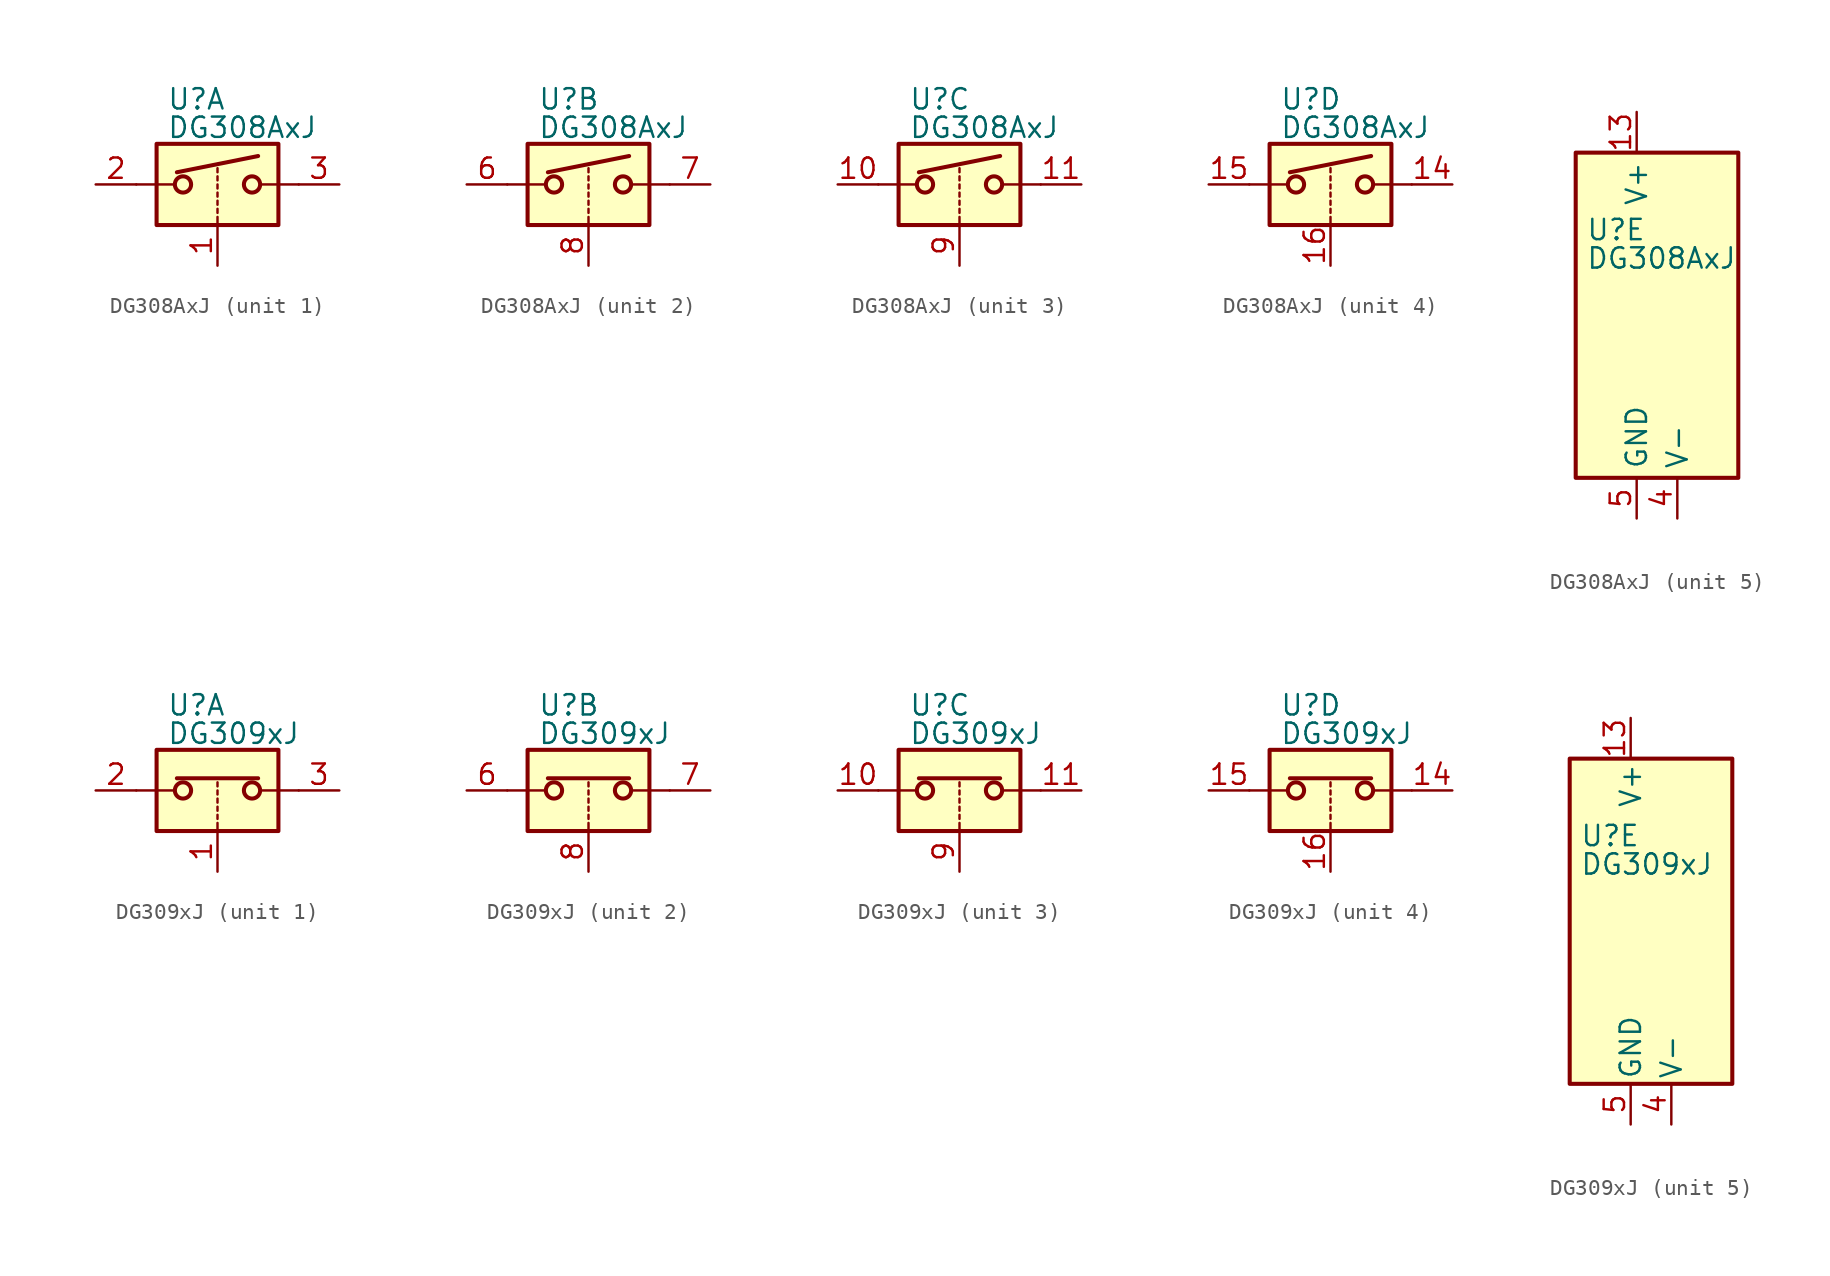
<source format=kicad_sym>
(kicad_symbol_lib
  (version 20241209)
  (generator "kicad_symbol_editor")
  (generator_version "9.0")
  (symbol "DG308AxJ"
    (property "Reference" "U"
      (at -3.175 5.334 0)
      (effects (font (size 1.27 1.27)) (justify left)))
    (property "Value" "DG308AxJ"
      (at -3.175 3.556 0)
      (effects (font (size 1.27 1.27)) (justify left)))
    (symbol "DG308AxJ_1_1"
      (polyline (pts (xy -5.08 0) (xy -2.794 0)) (stroke (width 0) (type default)) (fill (type none)))
      (rectangle (start -3.81 2.54) (end 3.81 -2.54) (stroke (width 0.254) (type default)) (fill (type background)))
      (polyline (pts (xy -2.54 0.762) (xy 2.54 1.778)) (stroke (width 0.254) (type default)) (fill (type none)))
      (circle (center -2.159 0) (radius 0.508) (stroke (width 0.254) (type default)) (fill (type none)))
      (polyline (pts (xy 0 0.762) (xy 0 1.016)) (stroke (width 0) (type default)) (fill (type none)))
      (polyline (pts (xy 0 0.254) (xy 0 0.508)) (stroke (width 0) (type default)) (fill (type none)))
      (polyline (pts (xy 0 -0.254) (xy 0 0)) (stroke (width 0) (type default)) (fill (type none)))
      (polyline (pts (xy 0 -0.762) (xy 0 -0.508)) (stroke (width 0) (type default)) (fill (type none)))
      (polyline (pts (xy 0 -1.27) (xy 0 -1.016)) (stroke (width 0) (type default)) (fill (type none)))
      (polyline (pts (xy 0 -1.778) (xy 0 -1.524)) (stroke (width 0) (type default)) (fill (type none)))
      (polyline (pts (xy 0 -2.54) (xy 0 -2.032)) (stroke (width 0) (type default)) (fill (type none)))
      (circle (center 2.159 0) (radius 0.508) (stroke (width 0.254) (type default)) (fill (type none)))
      (polyline (pts (xy 5.08 0) (xy 2.794 0)) (stroke (width 0) (type default)) (fill (type none)))
      (pin passive line (at -7.62 0 0) (length 2.54) (name "~" (effects (font (size 1.27 1.27)))) (number "2" (effects (font (size 1.27 1.27)))))
      (pin input line (at 0 -5.08 90) (length 2.54) (name "~" (effects (font (size 1.27 1.27)))) (number "1" (effects (font (size 1.27 1.27)))))
      (pin passive line (at 7.62 0 180) (length 2.54) (name "~" (effects (font (size 1.27 1.27)))) (number "3" (effects (font (size 1.27 1.27))))))
    (symbol "DG308AxJ_2_1"
      (polyline (pts (xy -5.08 0) (xy -2.794 0)) (stroke (width 0) (type default)) (fill (type none)))
      (rectangle (start -3.81 2.54) (end 3.81 -2.54) (stroke (width 0.254) (type default)) (fill (type background)))
      (polyline (pts (xy -2.54 0.762) (xy 2.54 1.778)) (stroke (width 0.254) (type default)) (fill (type none)))
      (circle (center -2.159 0) (radius 0.508) (stroke (width 0.254) (type default)) (fill (type none)))
      (polyline (pts (xy 0 0.762) (xy 0 1.016)) (stroke (width 0) (type default)) (fill (type none)))
      (polyline (pts (xy 0 0.254) (xy 0 0.508)) (stroke (width 0) (type default)) (fill (type none)))
      (polyline (pts (xy 0 -0.254) (xy 0 0)) (stroke (width 0) (type default)) (fill (type none)))
      (polyline (pts (xy 0 -0.762) (xy 0 -0.508)) (stroke (width 0) (type default)) (fill (type none)))
      (polyline (pts (xy 0 -1.27) (xy 0 -1.016)) (stroke (width 0) (type default)) (fill (type none)))
      (polyline (pts (xy 0 -1.778) (xy 0 -1.524)) (stroke (width 0) (type default)) (fill (type none)))
      (polyline (pts (xy 0 -2.54) (xy 0 -2.032)) (stroke (width 0) (type default)) (fill (type none)))
      (circle (center 2.159 0) (radius 0.508) (stroke (width 0.254) (type default)) (fill (type none)))
      (polyline (pts (xy 5.08 0) (xy 2.794 0)) (stroke (width 0) (type default)) (fill (type none)))
      (pin passive line (at -7.62 0 0) (length 2.54) (name "~" (effects (font (size 1.27 1.27)))) (number "6" (effects (font (size 1.27 1.27)))))
      (pin input line (at 0 -5.08 90) (length 2.54) (name "~" (effects (font (size 1.27 1.27)))) (number "8" (effects (font (size 1.27 1.27)))))
      (pin passive line (at 7.62 0 180) (length 2.54) (name "~" (effects (font (size 1.27 1.27)))) (number "7" (effects (font (size 1.27 1.27))))))
    (symbol "DG308AxJ_3_1"
      (polyline (pts (xy -5.08 0) (xy -2.794 0)) (stroke (width 0) (type default)) (fill (type none)))
      (rectangle (start -3.81 2.54) (end 3.81 -2.54) (stroke (width 0.254) (type default)) (fill (type background)))
      (polyline (pts (xy -2.54 0.762) (xy 2.54 1.778)) (stroke (width 0.254) (type default)) (fill (type none)))
      (circle (center -2.159 0) (radius 0.508) (stroke (width 0.254) (type default)) (fill (type none)))
      (polyline (pts (xy 0 0.762) (xy 0 1.016)) (stroke (width 0) (type default)) (fill (type none)))
      (polyline (pts (xy 0 0.254) (xy 0 0.508)) (stroke (width 0) (type default)) (fill (type none)))
      (polyline (pts (xy 0 -0.254) (xy 0 0)) (stroke (width 0) (type default)) (fill (type none)))
      (polyline (pts (xy 0 -0.762) (xy 0 -0.508)) (stroke (width 0) (type default)) (fill (type none)))
      (polyline (pts (xy 0 -1.27) (xy 0 -1.016)) (stroke (width 0) (type default)) (fill (type none)))
      (polyline (pts (xy 0 -1.778) (xy 0 -1.524)) (stroke (width 0) (type default)) (fill (type none)))
      (polyline (pts (xy 0 -2.54) (xy 0 -2.032)) (stroke (width 0) (type default)) (fill (type none)))
      (circle (center 2.159 0) (radius 0.508) (stroke (width 0.254) (type default)) (fill (type none)))
      (polyline (pts (xy 5.08 0) (xy 2.794 0)) (stroke (width 0) (type default)) (fill (type none)))
      (pin passive line (at -7.62 0 0) (length 2.54) (name "~" (effects (font (size 1.27 1.27)))) (number "10" (effects (font (size 1.27 1.27)))))
      (pin input line (at 0 -5.08 90) (length 2.54) (name "~" (effects (font (size 1.27 1.27)))) (number "9" (effects (font (size 1.27 1.27)))))
      (pin passive line (at 7.62 0 180) (length 2.54) (name "~" (effects (font (size 1.27 1.27)))) (number "11" (effects (font (size 1.27 1.27))))))
    (symbol "DG308AxJ_4_1"
      (polyline (pts (xy -5.08 0) (xy -2.794 0)) (stroke (width 0) (type default)) (fill (type none)))
      (rectangle (start -3.81 2.54) (end 3.81 -2.54) (stroke (width 0.254) (type default)) (fill (type background)))
      (polyline (pts (xy -2.54 0.762) (xy 2.54 1.778)) (stroke (width 0.254) (type default)) (fill (type none)))
      (circle (center -2.159 0) (radius 0.508) (stroke (width 0.254) (type default)) (fill (type none)))
      (polyline (pts (xy 0 0.762) (xy 0 1.016)) (stroke (width 0) (type default)) (fill (type none)))
      (polyline (pts (xy 0 0.254) (xy 0 0.508)) (stroke (width 0) (type default)) (fill (type none)))
      (polyline (pts (xy 0 -0.254) (xy 0 0)) (stroke (width 0) (type default)) (fill (type none)))
      (polyline (pts (xy 0 -0.762) (xy 0 -0.508)) (stroke (width 0) (type default)) (fill (type none)))
      (polyline (pts (xy 0 -1.27) (xy 0 -1.016)) (stroke (width 0) (type default)) (fill (type none)))
      (polyline (pts (xy 0 -1.778) (xy 0 -1.524)) (stroke (width 0) (type default)) (fill (type none)))
      (polyline (pts (xy 0 -2.54) (xy 0 -2.032)) (stroke (width 0) (type default)) (fill (type none)))
      (circle (center 2.159 0) (radius 0.508) (stroke (width 0.254) (type default)) (fill (type none)))
      (polyline (pts (xy 5.08 0) (xy 2.794 0)) (stroke (width 0) (type default)) (fill (type none)))
      (pin passive line (at -7.62 0 0) (length 2.54) (name "~" (effects (font (size 1.27 1.27)))) (number "15" (effects (font (size 1.27 1.27)))))
      (pin input line (at 0 -5.08 90) (length 2.54) (name "~" (effects (font (size 1.27 1.27)))) (number "16" (effects (font (size 1.27 1.27)))))
      (pin passive line (at 7.62 0 180) (length 2.54) (name "~" (effects (font (size 1.27 1.27)))) (number "14" (effects (font (size 1.27 1.27))))))
    (symbol "DG308AxJ_5_0"
      (pin power_in line (at 0 12.7 270) (length 2.54) (name "V+" (effects (font (size 1.27 1.27)))) (number "13" (effects (font (size 1.27 1.27)))))
      (pin power_in line (at 0 -12.7 90) (length 2.54) (name "GND" (effects (font (size 1.27 1.27)))) (number "5" (effects (font (size 1.27 1.27)))))
      (pin no_connect line (at 2.54 10.16 270) (length 2.54) (hide yes) (name "NC" (effects (font (size 1.27 1.27)))) (number "12" (effects (font (size 1.27 1.27)))))
      (pin power_in line (at 2.54 -12.7 90) (length 2.54) (name "V-" (effects (font (size 1.27 1.27)))) (number "4" (effects (font (size 1.27 1.27))))))
    (symbol "DG308AxJ_5_1"
      (rectangle (start -3.81 10.16) (end 6.35 -10.16) (stroke (width 0.254) (type default)) (fill (type background)))))
  (symbol "DG309xJ"
    (pin_names
      (offset 0.254))
    (property "Reference" "U"
      (at -3.175 5.334 0)
      (effects (font (size 1.27 1.27)) (justify left)))
    (property "Value" "DG309xJ"
      (at -3.175 3.556 0)
      (effects (font (size 1.27 1.27)) (justify left)))
    (symbol "DG309xJ_1_1"
      (polyline (pts (xy -5.08 0) (xy -2.794 0)) (stroke (width 0) (type default)) (fill (type none)))
      (rectangle (start -3.81 2.54) (end 3.81 -2.54) (stroke (width 0.254) (type default)) (fill (type background)))
      (polyline (pts (xy -2.54 0.762) (xy 2.54 0.762)) (stroke (width 0.254) (type default)) (fill (type none)))
      (circle (center -2.159 0) (radius 0.508) (stroke (width 0.254) (type default)) (fill (type none)))
      (polyline (pts (xy 0 0.254) (xy 0 0.508)) (stroke (width 0) (type default)) (fill (type none)))
      (polyline (pts (xy 0 -0.254) (xy 0 0)) (stroke (width 0) (type default)) (fill (type none)))
      (polyline (pts (xy 0 -0.762) (xy 0 -0.508)) (stroke (width 0) (type default)) (fill (type none)))
      (polyline (pts (xy 0 -1.27) (xy 0 -1.016)) (stroke (width 0) (type default)) (fill (type none)))
      (polyline (pts (xy 0 -1.778) (xy 0 -1.524)) (stroke (width 0) (type default)) (fill (type none)))
      (polyline (pts (xy 0 -2.54) (xy 0 -2.032)) (stroke (width 0) (type default)) (fill (type none)))
      (circle (center 2.159 0) (radius 0.508) (stroke (width 0.254) (type default)) (fill (type none)))
      (polyline (pts (xy 5.08 0) (xy 2.794 0)) (stroke (width 0) (type default)) (fill (type none)))
      (pin passive line (at -7.62 0 0) (length 2.54) (name "~" (effects (font (size 1.27 1.27)))) (number "2" (effects (font (size 1.27 1.27)))))
      (pin input line (at 0 -5.08 90) (length 2.54) (name "~" (effects (font (size 1.27 1.27)))) (number "1" (effects (font (size 1.27 1.27)))))
      (pin passive line (at 7.62 0 180) (length 2.54) (name "~" (effects (font (size 1.27 1.27)))) (number "3" (effects (font (size 1.27 1.27))))))
    (symbol "DG309xJ_2_1"
      (polyline (pts (xy -5.08 0) (xy -2.794 0)) (stroke (width 0) (type default)) (fill (type none)))
      (rectangle (start -3.81 2.54) (end 3.81 -2.54) (stroke (width 0.254) (type default)) (fill (type background)))
      (polyline (pts (xy -2.54 0.762) (xy 2.54 0.762)) (stroke (width 0.254) (type default)) (fill (type none)))
      (circle (center -2.159 0) (radius 0.508) (stroke (width 0.254) (type default)) (fill (type none)))
      (polyline (pts (xy 0 0.254) (xy 0 0.508)) (stroke (width 0) (type default)) (fill (type none)))
      (polyline (pts (xy 0 -0.254) (xy 0 0)) (stroke (width 0) (type default)) (fill (type none)))
      (polyline (pts (xy 0 -0.762) (xy 0 -0.508)) (stroke (width 0) (type default)) (fill (type none)))
      (polyline (pts (xy 0 -1.27) (xy 0 -1.016)) (stroke (width 0) (type default)) (fill (type none)))
      (polyline (pts (xy 0 -1.778) (xy 0 -1.524)) (stroke (width 0) (type default)) (fill (type none)))
      (polyline (pts (xy 0 -2.54) (xy 0 -2.032)) (stroke (width 0) (type default)) (fill (type none)))
      (circle (center 2.159 0) (radius 0.508) (stroke (width 0.254) (type default)) (fill (type none)))
      (polyline (pts (xy 5.08 0) (xy 2.794 0)) (stroke (width 0) (type default)) (fill (type none)))
      (pin passive line (at -7.62 0 0) (length 2.54) (name "~" (effects (font (size 1.27 1.27)))) (number "6" (effects (font (size 1.27 1.27)))))
      (pin input line (at 0 -5.08 90) (length 2.54) (name "~" (effects (font (size 1.27 1.27)))) (number "8" (effects (font (size 1.27 1.27)))))
      (pin passive line (at 7.62 0 180) (length 2.54) (name "~" (effects (font (size 1.27 1.27)))) (number "7" (effects (font (size 1.27 1.27))))))
    (symbol "DG309xJ_3_1"
      (polyline (pts (xy -5.08 0) (xy -2.794 0)) (stroke (width 0) (type default)) (fill (type none)))
      (rectangle (start -3.81 2.54) (end 3.81 -2.54) (stroke (width 0.254) (type default)) (fill (type background)))
      (polyline (pts (xy -2.54 0.762) (xy 2.54 0.762)) (stroke (width 0.254) (type default)) (fill (type none)))
      (circle (center -2.159 0) (radius 0.508) (stroke (width 0.254) (type default)) (fill (type none)))
      (polyline (pts (xy 0 0.254) (xy 0 0.508)) (stroke (width 0) (type default)) (fill (type none)))
      (polyline (pts (xy 0 -0.254) (xy 0 0)) (stroke (width 0) (type default)) (fill (type none)))
      (polyline (pts (xy 0 -0.762) (xy 0 -0.508)) (stroke (width 0) (type default)) (fill (type none)))
      (polyline (pts (xy 0 -1.27) (xy 0 -1.016)) (stroke (width 0) (type default)) (fill (type none)))
      (polyline (pts (xy 0 -1.778) (xy 0 -1.524)) (stroke (width 0) (type default)) (fill (type none)))
      (polyline (pts (xy 0 -2.54) (xy 0 -2.032)) (stroke (width 0) (type default)) (fill (type none)))
      (circle (center 2.159 0) (radius 0.508) (stroke (width 0.254) (type default)) (fill (type none)))
      (polyline (pts (xy 5.08 0) (xy 2.794 0)) (stroke (width 0) (type default)) (fill (type none)))
      (pin passive line (at -7.62 0 0) (length 2.54) (name "~" (effects (font (size 1.27 1.27)))) (number "10" (effects (font (size 1.27 1.27)))))
      (pin input line (at 0 -5.08 90) (length 2.54) (name "~" (effects (font (size 1.27 1.27)))) (number "9" (effects (font (size 1.27 1.27)))))
      (pin passive line (at 7.62 0 180) (length 2.54) (name "~" (effects (font (size 1.27 1.27)))) (number "11" (effects (font (size 1.27 1.27))))))
    (symbol "DG309xJ_4_1"
      (polyline (pts (xy -5.08 0) (xy -2.794 0)) (stroke (width 0) (type default)) (fill (type none)))
      (rectangle (start -3.81 2.54) (end 3.81 -2.54) (stroke (width 0.254) (type default)) (fill (type background)))
      (polyline (pts (xy -2.54 0.762) (xy 2.54 0.762)) (stroke (width 0.254) (type default)) (fill (type none)))
      (circle (center -2.159 0) (radius 0.508) (stroke (width 0.254) (type default)) (fill (type none)))
      (polyline (pts (xy 0 0.254) (xy 0 0.508)) (stroke (width 0) (type default)) (fill (type none)))
      (polyline (pts (xy 0 -0.254) (xy 0 0)) (stroke (width 0) (type default)) (fill (type none)))
      (polyline (pts (xy 0 -0.762) (xy 0 -0.508)) (stroke (width 0) (type default)) (fill (type none)))
      (polyline (pts (xy 0 -1.27) (xy 0 -1.016)) (stroke (width 0) (type default)) (fill (type none)))
      (polyline (pts (xy 0 -1.778) (xy 0 -1.524)) (stroke (width 0) (type default)) (fill (type none)))
      (polyline (pts (xy 0 -2.54) (xy 0 -2.032)) (stroke (width 0) (type default)) (fill (type none)))
      (circle (center 2.159 0) (radius 0.508) (stroke (width 0.254) (type default)) (fill (type none)))
      (polyline (pts (xy 5.08 0) (xy 2.794 0)) (stroke (width 0) (type default)) (fill (type none)))
      (pin passive line (at -7.62 0 0) (length 2.54) (name "~" (effects (font (size 1.27 1.27)))) (number "15" (effects (font (size 1.27 1.27)))))
      (pin input line (at 0 -5.08 90) (length 2.54) (name "~" (effects (font (size 1.27 1.27)))) (number "16" (effects (font (size 1.27 1.27)))))
      (pin passive line (at 7.62 0 180) (length 2.54) (name "~" (effects (font (size 1.27 1.27)))) (number "14" (effects (font (size 1.27 1.27))))))
    (symbol "DG309xJ_5_0"
      (pin power_in line (at 0 12.7 270) (length 2.54) (name "V+" (effects (font (size 1.27 1.27)))) (number "13" (effects (font (size 1.27 1.27)))))
      (pin power_in line (at 0 -12.7 90) (length 2.54) (name "GND" (effects (font (size 1.27 1.27)))) (number "5" (effects (font (size 1.27 1.27)))))
      (pin no_connect line (at 2.54 10.16 270) (length 2.54) (hide yes) (name "NC" (effects (font (size 1.27 1.27)))) (number "12" (effects (font (size 1.27 1.27)))))
      (pin power_in line (at 2.54 -12.7 90) (length 2.54) (name "V-" (effects (font (size 1.27 1.27)))) (number "4" (effects (font (size 1.27 1.27))))))
    (symbol "DG309xJ_5_1"
      (rectangle (start -3.81 10.16) (end 6.35 -10.16) (stroke (width 0.254) (type default)) (fill (type background))))))
</source>
